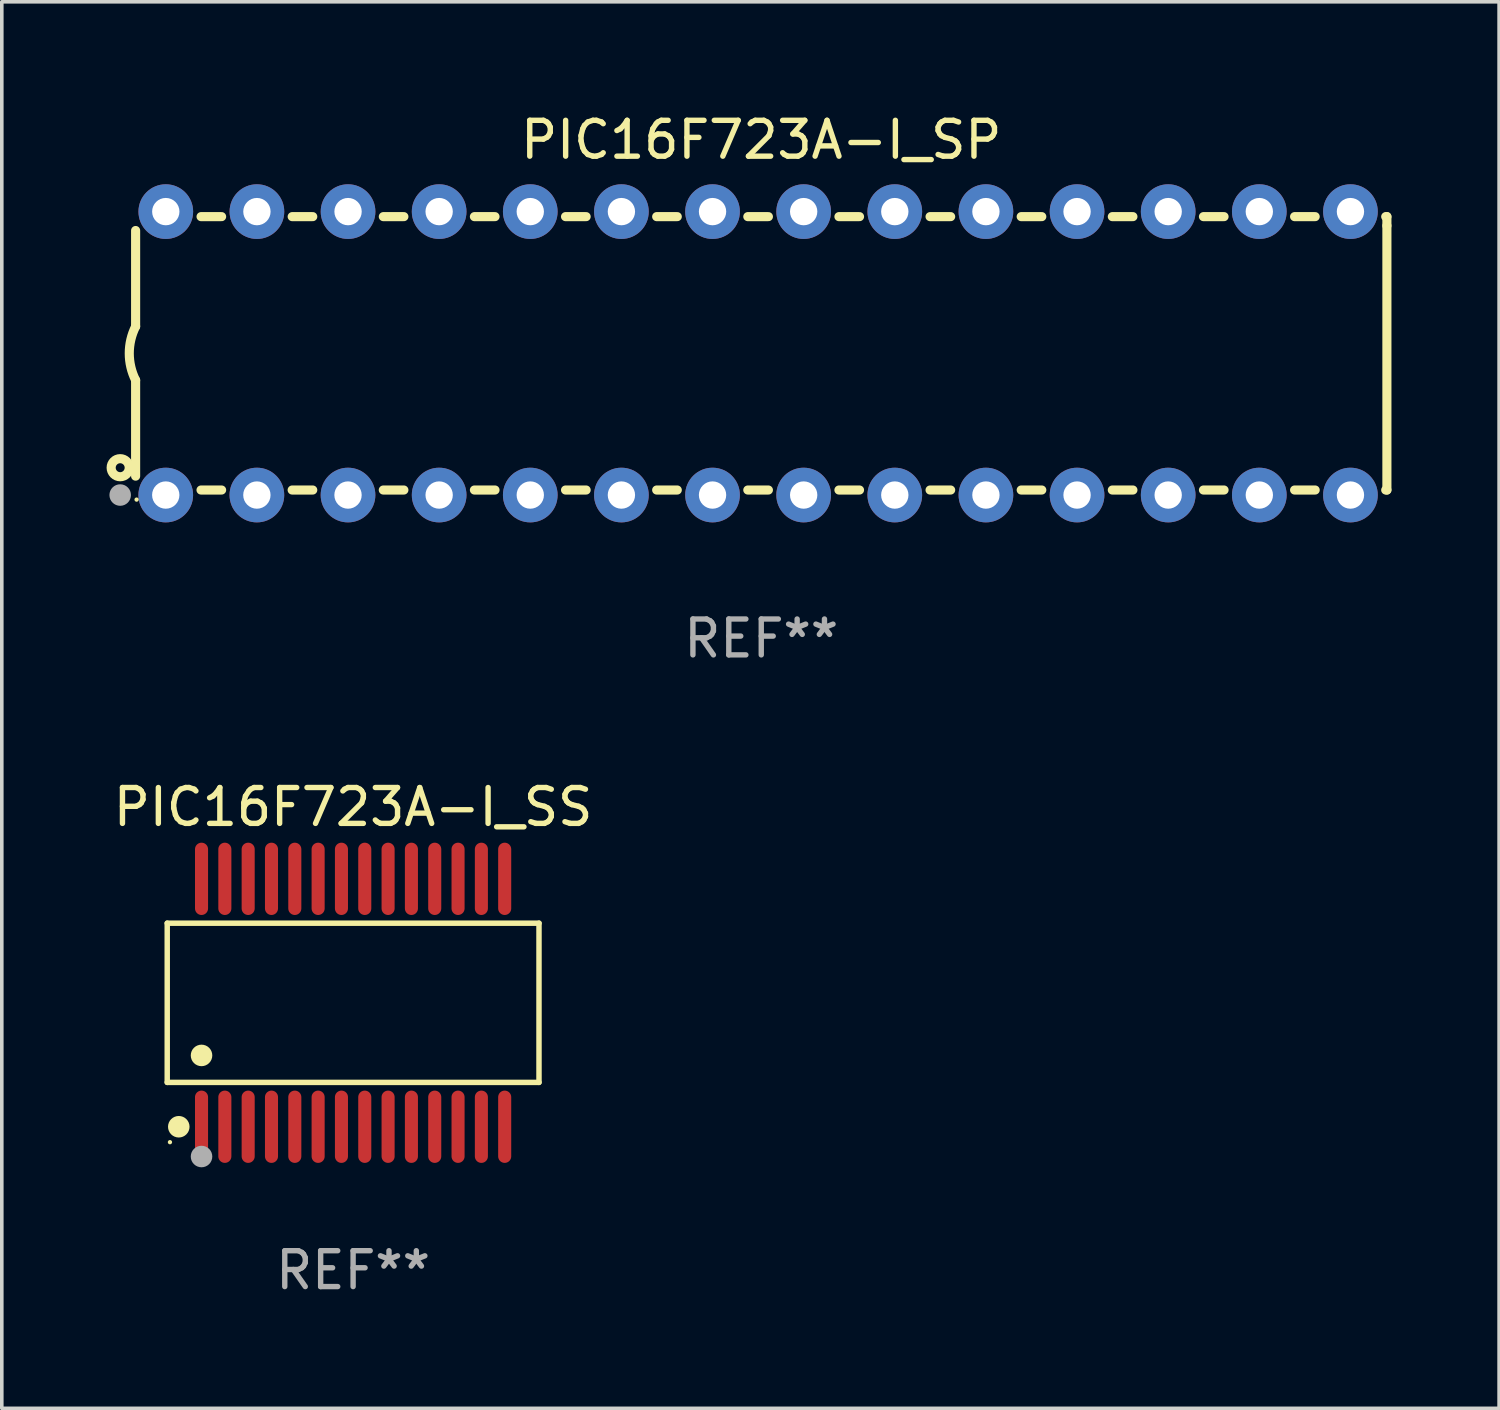
<source format=kicad_pcb>
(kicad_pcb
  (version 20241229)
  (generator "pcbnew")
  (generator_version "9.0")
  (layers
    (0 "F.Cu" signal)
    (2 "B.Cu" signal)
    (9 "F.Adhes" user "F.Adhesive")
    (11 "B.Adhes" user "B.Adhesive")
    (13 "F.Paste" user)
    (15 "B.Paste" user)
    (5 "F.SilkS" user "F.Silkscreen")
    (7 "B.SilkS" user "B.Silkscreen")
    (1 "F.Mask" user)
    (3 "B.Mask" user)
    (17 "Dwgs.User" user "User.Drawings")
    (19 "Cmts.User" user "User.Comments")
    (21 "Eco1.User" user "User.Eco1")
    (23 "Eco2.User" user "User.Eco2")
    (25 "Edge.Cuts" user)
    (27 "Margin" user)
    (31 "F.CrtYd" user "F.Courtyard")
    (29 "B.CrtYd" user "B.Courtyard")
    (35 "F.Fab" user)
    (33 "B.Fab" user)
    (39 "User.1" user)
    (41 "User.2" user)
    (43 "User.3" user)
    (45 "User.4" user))
  (footprint "PIC16F723A-I_SP"
    (layer "F.Cu")
    (at 18.168 6.798)
    (property "Reference" "PIC16F723A-I_SP" (at 0 -5.95 0) (layer "F.SilkS") (effects (font (size 1 1) (thickness 0.15))))
    (attr through_hole)
    (fp_line (start -17.438 0.75) (end -17.438 3.423) (stroke (width 0.254) (type solid)) (layer "F.SilkS"))
    (fp_line (start -17.438 -3.423) (end -17.438 -0.75) (stroke (width 0.254) (type solid)) (layer "F.SilkS"))
    (fp_line (start -15.615 3.81) (end -15.041 3.81) (stroke (width 0.254) (type solid)) (layer "F.SilkS"))
    (fp_line (start -15.041 -3.81) (end -15.614 -3.81) (stroke (width 0.254) (type solid)) (layer "F.SilkS"))
    (fp_line (start -13.075 3.81) (end -12.501 3.81) (stroke (width 0.254) (type solid)) (layer "F.SilkS"))
    (fp_line (start -12.501 -3.81) (end -13.074 -3.81) (stroke (width 0.254) (type solid)) (layer "F.SilkS"))
    (fp_line (start -10.535 3.81) (end -9.961 3.81) (stroke (width 0.254) (type solid)) (layer "F.SilkS"))
    (fp_line (start -9.961 -3.81) (end -10.534 -3.81) (stroke (width 0.254) (type solid)) (layer "F.SilkS"))
    (fp_line (start -7.995 3.81) (end -7.421 3.81) (stroke (width 0.254) (type solid)) (layer "F.SilkS"))
    (fp_line (start -7.421 -3.81) (end -7.995 -3.81) (stroke (width 0.254) (type solid)) (layer "F.SilkS"))
    (fp_line (start -5.455 3.81) (end -4.881 3.81) (stroke (width 0.254) (type solid)) (layer "F.SilkS"))
    (fp_line (start -4.881 -3.81) (end -5.455 -3.81) (stroke (width 0.254) (type solid)) (layer "F.SilkS"))
    (fp_line (start -2.915 3.81) (end -2.341 3.81) (stroke (width 0.254) (type solid)) (layer "F.SilkS"))
    (fp_line (start -2.341 -3.81) (end -2.915 -3.81) (stroke (width 0.254) (type solid)) (layer "F.SilkS"))
    (fp_line (start -0.375 3.81) (end 0.199 3.81) (stroke (width 0.254) (type solid)) (layer "F.SilkS"))
    (fp_line (start 0.199 -3.81) (end -0.375 -3.81) (stroke (width 0.254) (type solid)) (layer "F.SilkS"))
    (fp_line (start 2.165 3.81) (end 2.739 3.81) (stroke (width 0.254) (type solid)) (layer "F.SilkS"))
    (fp_line (start 2.739 -3.81) (end 2.165 -3.81) (stroke (width 0.254) (type solid)) (layer "F.SilkS"))
    (fp_line (start 4.705 3.81) (end 5.279 3.81) (stroke (width 0.254) (type solid)) (layer "F.SilkS"))
    (fp_line (start 5.279 -3.81) (end 4.705 -3.81) (stroke (width 0.254) (type solid)) (layer "F.SilkS"))
    (fp_line (start 7.245 3.81) (end 7.819 3.81) (stroke (width 0.254) (type solid)) (layer "F.SilkS"))
    (fp_line (start 7.819 -3.81) (end 7.245 -3.81) (stroke (width 0.254) (type solid)) (layer "F.SilkS"))
    (fp_line (start 9.785 3.81) (end 10.359 3.81) (stroke (width 0.254) (type solid)) (layer "F.SilkS"))
    (fp_line (start 10.359 -3.81) (end 9.785 -3.81) (stroke (width 0.254) (type solid)) (layer "F.SilkS"))
    (fp_line (start 12.325 3.81) (end 12.899 3.81) (stroke (width 0.254) (type solid)) (layer "F.SilkS"))
    (fp_line (start 12.899 -3.81) (end 12.325 -3.81) (stroke (width 0.254) (type solid)) (layer "F.SilkS"))
    (fp_line (start 14.865 3.81) (end 15.439 3.81) (stroke (width 0.254) (type solid)) (layer "F.SilkS"))
    (fp_line (start 15.439 -3.81) (end 14.865 -3.81) (stroke (width 0.254) (type solid)) (layer "F.SilkS"))
    (fp_line (start 17.405 3.81) (end 17.438 3.81) (stroke (width 0.254) (type solid)) (layer "F.SilkS"))
    (fp_line (start 17.438 -3.81) (end 17.405 -3.81) (stroke (width 0.254) (type solid)) (layer "F.SilkS"))
    (fp_line (start 17.438 -3.556) (end 17.438 -3.81) (stroke (width 0.254) (type solid)) (layer "F.SilkS"))
    (fp_line (start 17.438 3.81) (end 17.438 -3.556) (stroke (width 0.254) (type solid)) (layer "F.SilkS"))
    (fp_arc (start -17.437986 0.749657) (mid -17.614887 -0.000024) (end -17.437783 -0.749657) (stroke (width 0.254001) (type solid)) (layer "F.SilkS"))
    (fp_circle (center -17.868 3.188) (end -17.743 3.188) (stroke (width 0.254) (type solid)) (fill no) (layer "F.SilkS"))
    (fp_circle (center -17.411 4.077) (end -17.381 4.077) (stroke (width 0.06) (type solid)) (fill no) (layer "F.SilkS"))
    (fp_circle (center -17.868 3.95) (end -17.718 3.95) (stroke (width 0.3) (type solid)) (fill no) (layer "F.Fab"))
    (fp_text user "REF**" (at 0 7.95 0) (layer "F.Fab") (effects (font (size 1 1) (thickness 0.15))))
    (pad "1" thru_hole circle (at -16.598 3.95) (size 1.524 1.524) (drill 0.762) (layers "*.Cu" "*.Mask"))
    (pad "2" thru_hole circle (at -14.058 3.95) (size 1.524 1.524) (drill 0.762) (layers "*.Cu" "*.Mask"))
    (pad "3" thru_hole circle (at -11.518 3.95) (size 1.524 1.524) (drill 0.762) (layers "*.Cu" "*.Mask"))
    (pad "4" thru_hole circle (at -8.978 3.95) (size 1.524 1.524) (drill 0.762) (layers "*.Cu" "*.Mask"))
    (pad "5" thru_hole circle (at -6.438 3.95) (size 1.524 1.524) (drill 0.762) (layers "*.Cu" "*.Mask"))
    (pad "6" thru_hole circle (at -3.898 3.95) (size 1.524 1.524) (drill 0.762) (layers "*.Cu" "*.Mask"))
    (pad "7" thru_hole circle (at -1.358 3.95) (size 1.524 1.524) (drill 0.762) (layers "*.Cu" "*.Mask"))
    (pad "8" thru_hole circle (at 1.182 3.95) (size 1.524 1.524) (drill 0.762) (layers "*.Cu" "*.Mask"))
    (pad "9" thru_hole circle (at 3.722 3.95) (size 1.524 1.524) (drill 0.762) (layers "*.Cu" "*.Mask"))
    (pad "10" thru_hole circle (at 6.262 3.95) (size 1.524 1.524) (drill 0.762) (layers "*.Cu" "*.Mask"))
    (pad "11" thru_hole circle (at 8.802 3.95) (size 1.524 1.524) (drill 0.762) (layers "*.Cu" "*.Mask"))
    (pad "12" thru_hole circle (at 11.342 3.95) (size 1.524 1.524) (drill 0.762) (layers "*.Cu" "*.Mask"))
    (pad "13" thru_hole circle (at 13.882 3.95) (size 1.524 1.524) (drill 0.762) (layers "*.Cu" "*.Mask"))
    (pad "14" thru_hole circle (at 16.422 3.95) (size 1.524 1.524) (drill 0.762) (layers "*.Cu" "*.Mask"))
    (pad "15" thru_hole circle (at 16.422 -3.95) (size 1.524 1.524) (drill 0.762) (layers "*.Cu" "*.Mask"))
    (pad "16" thru_hole circle (at 13.882 -3.95) (size 1.524 1.524) (drill 0.762) (layers "*.Cu" "*.Mask"))
    (pad "17" thru_hole circle (at 11.342 -3.95) (size 1.524 1.524) (drill 0.762) (layers "*.Cu" "*.Mask"))
    (pad "18" thru_hole circle (at 8.802 -3.95) (size 1.524 1.524) (drill 0.762) (layers "*.Cu" "*.Mask"))
    (pad "19" thru_hole circle (at 6.262 -3.95) (size 1.524 1.524) (drill 0.762) (layers "*.Cu" "*.Mask"))
    (pad "20" thru_hole circle (at 3.722 -3.95) (size 1.524 1.524) (drill 0.762) (layers "*.Cu" "*.Mask"))
    (pad "21" thru_hole circle (at 1.182 -3.95) (size 1.524 1.524) (drill 0.762) (layers "*.Cu" "*.Mask"))
    (pad "22" thru_hole circle (at -1.358 -3.95) (size 1.524 1.524) (drill 0.762) (layers "*.Cu" "*.Mask"))
    (pad "23" thru_hole circle (at -3.898 -3.95) (size 1.524 1.524) (drill 0.762) (layers "*.Cu" "*.Mask"))
    (pad "24" thru_hole circle (at -6.438 -3.95) (size 1.524 1.524) (drill 0.762) (layers "*.Cu" "*.Mask"))
    (pad "25" thru_hole circle (at -8.978 -3.95) (size 1.524 1.524) (drill 0.762) (layers "*.Cu" "*.Mask"))
    (pad "26" thru_hole circle (at -11.517 -3.95) (size 1.524 1.524) (drill 0.762) (layers "*.Cu" "*.Mask"))
    (pad "27" thru_hole circle (at -14.057 -3.95) (size 1.524 1.524) (drill 0.762) (layers "*.Cu" "*.Mask"))
    (pad "28" thru_hole circle (at -16.597 -3.95) (size 1.524 1.524) (drill 0.762) (layers "*.Cu" "*.Mask")))
  (footprint "PIC16F723A-I_SS"
    (layer "F.Cu")
    (at 6.792 24.9)
    (property "Reference" "PIC16F723A-I_SS" (at 0 -5.455 0) (layer "F.SilkS") (effects (font (size 1 1) (thickness 0.15))))
    (attr through_hole)
    (fp_line (start -5.181 -2.219) (end 5.181 -2.219) (stroke (width 0.152) (type solid)) (layer "F.SilkS"))
    (fp_line (start -5.181 2.219) (end -5.181 -2.219) (stroke (width 0.152) (type solid)) (layer "F.SilkS"))
    (fp_line (start 5.181 -2.219) (end 5.181 2.219) (stroke (width 0.152) (type solid)) (layer "F.SilkS"))
    (fp_line (start 5.181 2.219) (end -5.181 2.219) (stroke (width 0.152) (type solid)) (layer "F.SilkS"))
    (fp_circle (center -5.105 3.885) (end -5.075 3.885) (stroke (width 0.06) (type solid)) (fill no) (layer "F.SilkS"))
    (fp_circle (center -4.859 3.455) (end -4.709 3.455) (stroke (width 0.3) (type solid)) (fill no) (layer "F.SilkS"))
    (fp_circle (center -4.225 1.467) (end -4.075 1.467) (stroke (width 0.3) (type solid)) (fill no) (layer "F.SilkS"))
    (fp_circle (center -4.225 4.285) (end -4.075 4.285) (stroke (width 0.3) (type solid)) (fill no) (layer "F.Fab"))
    (fp_text user "REF**" (at 0 7.455 0) (layer "F.Fab") (effects (font (size 1 1) (thickness 0.15))))
    (pad "1" smd oval (at -4.225 3.455) (size 0.364 2.015) (layers "F.Cu" "F.Mask" "F.Paste"))
    (pad "2" smd oval (at -3.575 3.455) (size 0.364 2.015) (layers "F.Cu" "F.Mask" "F.Paste"))
    (pad "3" smd oval (at -2.925 3.455) (size 0.364 2.015) (layers "F.Cu" "F.Mask" "F.Paste"))
    (pad "4" smd oval (at -2.275 3.455) (size 0.364 2.015) (layers "F.Cu" "F.Mask" "F.Paste"))
    (pad "5" smd oval (at -1.625 3.455) (size 0.364 2.015) (layers "F.Cu" "F.Mask" "F.Paste"))
    (pad "6" smd oval (at -0.975 3.455) (size 0.364 2.015) (layers "F.Cu" "F.Mask" "F.Paste"))
    (pad "7" smd oval (at -0.325 3.455) (size 0.364 2.015) (layers "F.Cu" "F.Mask" "F.Paste"))
    (pad "8" smd oval (at 0.325 3.455) (size 0.364 2.015) (layers "F.Cu" "F.Mask" "F.Paste"))
    (pad "9" smd oval (at 0.975 3.455) (size 0.364 2.015) (layers "F.Cu" "F.Mask" "F.Paste"))
    (pad "10" smd oval (at 1.625 3.455) (size 0.364 2.015) (layers "F.Cu" "F.Mask" "F.Paste"))
    (pad "11" smd oval (at 2.275 3.455) (size 0.364 2.015) (layers "F.Cu" "F.Mask" "F.Paste"))
    (pad "12" smd oval (at 2.925 3.455) (size 0.364 2.015) (layers "F.Cu" "F.Mask" "F.Paste"))
    (pad "13" smd oval (at 3.575 3.455) (size 0.364 2.015) (layers "F.Cu" "F.Mask" "F.Paste"))
    (pad "14" smd oval (at 4.225 3.455) (size 0.364 2.015) (layers "F.Cu" "F.Mask" "F.Paste"))
    (pad "15" smd oval (at 4.225 -3.455) (size 0.364 2.015) (layers "F.Cu" "F.Mask" "F.Paste"))
    (pad "16" smd oval (at 3.575 -3.455) (size 0.364 2.015) (layers "F.Cu" "F.Mask" "F.Paste"))
    (pad "17" smd oval (at 2.925 -3.455) (size 0.364 2.015) (layers "F.Cu" "F.Mask" "F.Paste"))
    (pad "18" smd oval (at 2.275 -3.455) (size 0.364 2.015) (layers "F.Cu" "F.Mask" "F.Paste"))
    (pad "19" smd oval (at 1.625 -3.455) (size 0.364 2.015) (layers "F.Cu" "F.Mask" "F.Paste"))
    (pad "20" smd oval (at 0.975 -3.455) (size 0.364 2.015) (layers "F.Cu" "F.Mask" "F.Paste"))
    (pad "21" smd oval (at 0.325 -3.455) (size 0.364 2.015) (layers "F.Cu" "F.Mask" "F.Paste"))
    (pad "22" smd oval (at -0.325 -3.455) (size 0.364 2.015) (layers "F.Cu" "F.Mask" "F.Paste"))
    (pad "23" smd oval (at -0.975 -3.455) (size 0.364 2.015) (layers "F.Cu" "F.Mask" "F.Paste"))
    (pad "24" smd oval (at -1.625 -3.455) (size 0.364 2.015) (layers "F.Cu" "F.Mask" "F.Paste"))
    (pad "25" smd oval (at -2.275 -3.455) (size 0.364 2.015) (layers "F.Cu" "F.Mask" "F.Paste"))
    (pad "26" smd oval (at -2.925 -3.455) (size 0.364 2.015) (layers "F.Cu" "F.Mask" "F.Paste"))
    (pad "27" smd oval (at -3.575 -3.455) (size 0.364 2.015) (layers "F.Cu" "F.Mask" "F.Paste"))
    (pad "28" smd oval (at -4.225 -3.455) (size 0.364 2.015) (layers "F.Cu" "F.Mask" "F.Paste")))
  (gr_rect
    (start -3 -3)
    (end 38.733 36.203)
    (stroke (width 0.1) (type default))
    (fill no)
    (layer "Edge.Cuts")))
</source>
